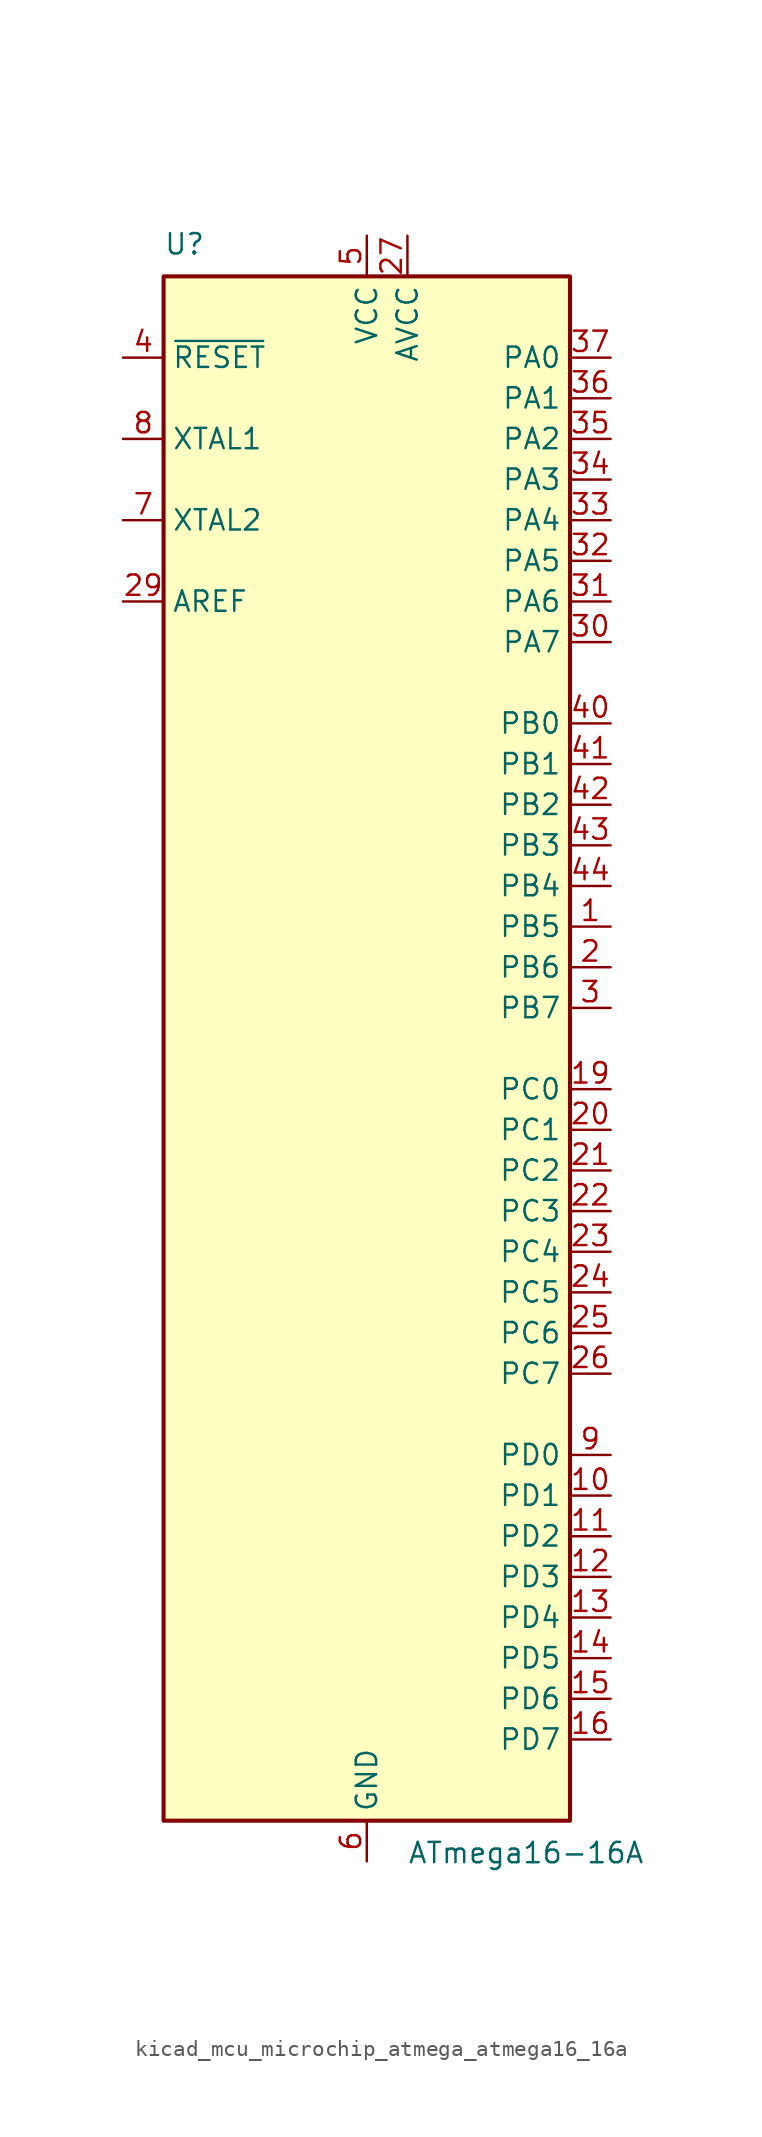
<source format=kicad_sym>
(kicad_symbol_lib
  (version 20220914)
  (generator kicad_symbol_editor)
  (symbol "kicad_mcu_microchip_atmega_atmega16_16a"
    (property "Reference" "U"
      (at -12.7 49.53 0)
      (effects (font (size 1.27 1.27)) (justify left bottom)))
    (property "Value" "ATmega16-16A"
      (at 2.54 -49.53 0)
      (effects (font (size 1.27 1.27)) (justify left top)))
    (symbol "kicad_mcu_microchip_atmega_atmega16_16a_0_1"
      (rectangle (start -12.7 -48.26) (end 12.7 48.26) (stroke (width 0.254) (type default)) (fill (type background))))
    (symbol "kicad_mcu_microchip_atmega_atmega16_16a_1_1"
      (pin bidirectional line (at 15.24 7.62 180) (length 2.54) (name "PB5" (effects (font (size 1.27 1.27)))) (number "1" (effects (font (size 1.27 1.27)))))
      (pin bidirectional line (at 15.24 -27.94 180) (length 2.54) (name "PD1" (effects (font (size 1.27 1.27)))) (number "10" (effects (font (size 1.27 1.27)))))
      (pin bidirectional line (at 15.24 -30.48 180) (length 2.54) (name "PD2" (effects (font (size 1.27 1.27)))) (number "11" (effects (font (size 1.27 1.27)))))
      (pin bidirectional line (at 15.24 -33.02 180) (length 2.54) (name "PD3" (effects (font (size 1.27 1.27)))) (number "12" (effects (font (size 1.27 1.27)))))
      (pin bidirectional line (at 15.24 -35.56 180) (length 2.54) (name "PD4" (effects (font (size 1.27 1.27)))) (number "13" (effects (font (size 1.27 1.27)))))
      (pin bidirectional line (at 15.24 -38.1 180) (length 2.54) (name "PD5" (effects (font (size 1.27 1.27)))) (number "14" (effects (font (size 1.27 1.27)))))
      (pin bidirectional line (at 15.24 -40.64 180) (length 2.54) (name "PD6" (effects (font (size 1.27 1.27)))) (number "15" (effects (font (size 1.27 1.27)))))
      (pin bidirectional line (at 15.24 -43.18 180) (length 2.54) (name "PD7" (effects (font (size 1.27 1.27)))) (number "16" (effects (font (size 1.27 1.27)))))
      (pin passive line (at 0 50.8 270) (length 2.54) hide (name "VCC" (effects (font (size 1.27 1.27)))) (number "17" (effects (font (size 1.27 1.27)))))
      (pin passive line (at 0 -50.8 90) (length 2.54) hide (name "GND" (effects (font (size 1.27 1.27)))) (number "18" (effects (font (size 1.27 1.27)))))
      (pin bidirectional line (at 15.24 -2.54 180) (length 2.54) (name "PC0" (effects (font (size 1.27 1.27)))) (number "19" (effects (font (size 1.27 1.27)))))
      (pin bidirectional line (at 15.24 5.08 180) (length 2.54) (name "PB6" (effects (font (size 1.27 1.27)))) (number "2" (effects (font (size 1.27 1.27)))))
      (pin bidirectional line (at 15.24 -5.08 180) (length 2.54) (name "PC1" (effects (font (size 1.27 1.27)))) (number "20" (effects (font (size 1.27 1.27)))))
      (pin bidirectional line (at 15.24 -7.62 180) (length 2.54) (name "PC2" (effects (font (size 1.27 1.27)))) (number "21" (effects (font (size 1.27 1.27)))))
      (pin bidirectional line (at 15.24 -10.16 180) (length 2.54) (name "PC3" (effects (font (size 1.27 1.27)))) (number "22" (effects (font (size 1.27 1.27)))))
      (pin bidirectional line (at 15.24 -12.7 180) (length 2.54) (name "PC4" (effects (font (size 1.27 1.27)))) (number "23" (effects (font (size 1.27 1.27)))))
      (pin bidirectional line (at 15.24 -15.24 180) (length 2.54) (name "PC5" (effects (font (size 1.27 1.27)))) (number "24" (effects (font (size 1.27 1.27)))))
      (pin bidirectional line (at 15.24 -17.78 180) (length 2.54) (name "PC6" (effects (font (size 1.27 1.27)))) (number "25" (effects (font (size 1.27 1.27)))))
      (pin bidirectional line (at 15.24 -20.32 180) (length 2.54) (name "PC7" (effects (font (size 1.27 1.27)))) (number "26" (effects (font (size 1.27 1.27)))))
      (pin power_in line (at 2.54 50.8 270) (length 2.54) (name "AVCC" (effects (font (size 1.27 1.27)))) (number "27" (effects (font (size 1.27 1.27)))))
      (pin passive line (at 0 -50.8 90) (length 2.54) hide (name "GND" (effects (font (size 1.27 1.27)))) (number "28" (effects (font (size 1.27 1.27)))))
      (pin passive line (at -15.24 27.94 0) (length 2.54) (name "AREF" (effects (font (size 1.27 1.27)))) (number "29" (effects (font (size 1.27 1.27)))))
      (pin bidirectional line (at 15.24 2.54 180) (length 2.54) (name "PB7" (effects (font (size 1.27 1.27)))) (number "3" (effects (font (size 1.27 1.27)))))
      (pin bidirectional line (at 15.24 25.4 180) (length 2.54) (name "PA7" (effects (font (size 1.27 1.27)))) (number "30" (effects (font (size 1.27 1.27)))))
      (pin bidirectional line (at 15.24 27.94 180) (length 2.54) (name "PA6" (effects (font (size 1.27 1.27)))) (number "31" (effects (font (size 1.27 1.27)))))
      (pin bidirectional line (at 15.24 30.48 180) (length 2.54) (name "PA5" (effects (font (size 1.27 1.27)))) (number "32" (effects (font (size 1.27 1.27)))))
      (pin bidirectional line (at 15.24 33.02 180) (length 2.54) (name "PA4" (effects (font (size 1.27 1.27)))) (number "33" (effects (font (size 1.27 1.27)))))
      (pin bidirectional line (at 15.24 35.56 180) (length 2.54) (name "PA3" (effects (font (size 1.27 1.27)))) (number "34" (effects (font (size 1.27 1.27)))))
      (pin bidirectional line (at 15.24 38.1 180) (length 2.54) (name "PA2" (effects (font (size 1.27 1.27)))) (number "35" (effects (font (size 1.27 1.27)))))
      (pin bidirectional line (at 15.24 40.64 180) (length 2.54) (name "PA1" (effects (font (size 1.27 1.27)))) (number "36" (effects (font (size 1.27 1.27)))))
      (pin bidirectional line (at 15.24 43.18 180) (length 2.54) (name "PA0" (effects (font (size 1.27 1.27)))) (number "37" (effects (font (size 1.27 1.27)))))
      (pin passive line (at 0 50.8 270) (length 2.54) hide (name "VCC" (effects (font (size 1.27 1.27)))) (number "38" (effects (font (size 1.27 1.27)))))
      (pin passive line (at 0 -50.8 90) (length 2.54) hide (name "GND" (effects (font (size 1.27 1.27)))) (number "39" (effects (font (size 1.27 1.27)))))
      (pin input line (at -15.24 43.18 0) (length 2.54) (name "~{RESET}" (effects (font (size 1.27 1.27)))) (number "4" (effects (font (size 1.27 1.27)))))
      (pin bidirectional line (at 15.24 20.32 180) (length 2.54) (name "PB0" (effects (font (size 1.27 1.27)))) (number "40" (effects (font (size 1.27 1.27)))))
      (pin bidirectional line (at 15.24 17.78 180) (length 2.54) (name "PB1" (effects (font (size 1.27 1.27)))) (number "41" (effects (font (size 1.27 1.27)))))
      (pin bidirectional line (at 15.24 15.24 180) (length 2.54) (name "PB2" (effects (font (size 1.27 1.27)))) (number "42" (effects (font (size 1.27 1.27)))))
      (pin bidirectional line (at 15.24 12.7 180) (length 2.54) (name "PB3" (effects (font (size 1.27 1.27)))) (number "43" (effects (font (size 1.27 1.27)))))
      (pin bidirectional line (at 15.24 10.16 180) (length 2.54) (name "PB4" (effects (font (size 1.27 1.27)))) (number "44" (effects (font (size 1.27 1.27)))))
      (pin power_in line (at 0 50.8 270) (length 2.54) (name "VCC" (effects (font (size 1.27 1.27)))) (number "5" (effects (font (size 1.27 1.27)))))
      (pin power_in line (at 0 -50.8 90) (length 2.54) (name "GND" (effects (font (size 1.27 1.27)))) (number "6" (effects (font (size 1.27 1.27)))))
      (pin output line (at -15.24 33.02 0) (length 2.54) (name "XTAL2" (effects (font (size 1.27 1.27)))) (number "7" (effects (font (size 1.27 1.27)))))
      (pin input line (at -15.24 38.1 0) (length 2.54) (name "XTAL1" (effects (font (size 1.27 1.27)))) (number "8" (effects (font (size 1.27 1.27)))))
      (pin bidirectional line (at 15.24 -25.4 180) (length 2.54) (name "PD0" (effects (font (size 1.27 1.27)))) (number "9" (effects (font (size 1.27 1.27))))))))
</source>
